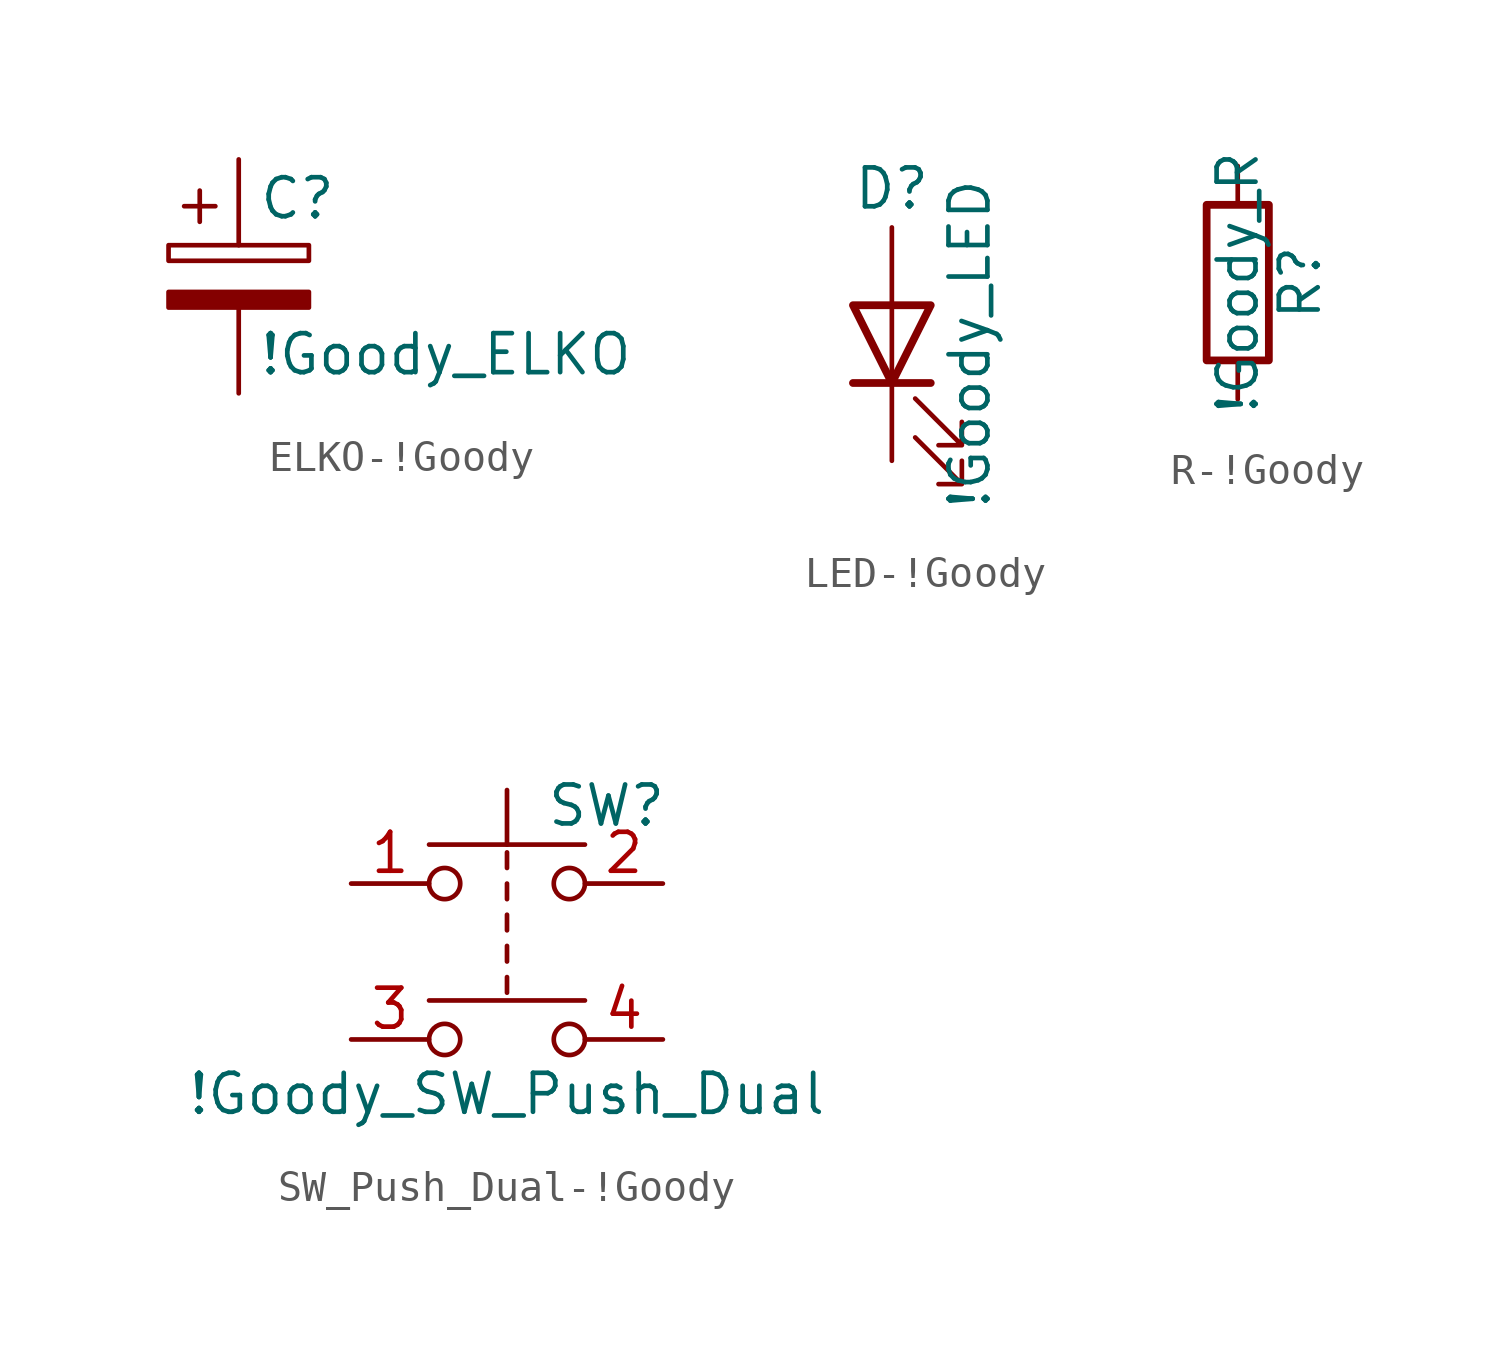
<source format=kicad_sym>
(kicad_symbol_lib
  (version 20220914)
  (generator kicad_symbol_editor)
  (symbol "ELKO-!Goody"
    (pin_numbers hide)
    (pin_names
      (offset 0.254))
    (property "Reference" "C"
      (at 0.635 2.54 0)
      (effects (font (size 1.27 1.27)) (justify left)))
    (property "Value" "!Goody_ELKO"
      (at 0.635 -2.54 0)
      (effects (font (size 1.27 1.27)) (justify left)))
    (symbol "ELKO-!Goody_0_1"
      (rectangle (start -2.286 0.508) (end 2.286 1.016) (stroke (width 0) (type solid)) (fill (type none)))
      (polyline (pts (xy -1.778 2.286) (xy -0.762 2.286)) (stroke (width 0) (type solid)) (fill (type none)))
      (polyline (pts (xy -1.27 2.794) (xy -1.27 1.778)) (stroke (width 0) (type solid)) (fill (type none)))
      (rectangle (start 2.286 -0.508) (end -2.286 -1.016) (stroke (width 0) (type solid)) (fill (type outline))))
    (symbol "ELKO-!Goody_1_1"
      (pin passive line (at 0 3.81 270) (length 2.794) (name "~" (effects (font (size 1.27 1.27)))) (number "1" (effects (font (size 1.27 1.27)))))
      (pin passive line (at 0 -3.81 90) (length 2.794) (name "~" (effects (font (size 1.27 1.27)))) (number "2" (effects (font (size 1.27 1.27)))))))
  (symbol "LED-!Goody"
    (pin_numbers hide)
    (pin_names
      (offset 1.016) hide)
    (property "Reference" "D"
      (at 0 2.54 0)
      (effects (font (size 1.27 1.27))))
    (property "Value" "!Goody_LED"
      (at 2.54 -2.54 90)
      (effects (font (size 1.27 1.27))))
    (symbol "LED-!Goody_0_1"
      (polyline (pts (xy 0 -3.81) (xy 0 -1.27)) (stroke (width 0) (type solid)) (fill (type none)))
      (polyline (pts (xy 1.27 -3.81) (xy -1.27 -3.81)) (stroke (width 0.254) (type solid)) (fill (type none)))
      (polyline (pts (xy 1.27 -1.27) (xy -1.27 -1.27) (xy 0 -3.81) (xy 1.27 -1.27)) (stroke (width 0.254) (type solid)) (fill (type none)))
      (polyline (pts (xy 0.762 -5.588) (xy 2.286 -7.112) (xy 2.286 -6.35) (xy 2.286 -7.112) (xy 1.524 -7.112)) (stroke (width 0) (type solid)) (fill (type none)))
      (polyline (pts (xy 0.762 -4.318) (xy 2.286 -5.842) (xy 2.286 -5.08) (xy 2.286 -5.842) (xy 1.524 -5.842)) (stroke (width 0) (type solid)) (fill (type none))))
    (symbol "LED-!Goody_1_1"
      (pin passive line (at 0 -6.35 90) (length 2.54) (name "K" (effects (font (size 1.27 1.27)))) (number "1" (effects (font (size 1.27 1.27)))))
      (pin passive line (at 0 1.27 270) (length 2.54) (name "A" (effects (font (size 1.27 1.27)))) (number "2" (effects (font (size 1.27 1.27)))))))
  (symbol "R-!Goody"
    (pin_numbers hide)
    (pin_names
      (offset 0))
    (property "Reference" "R"
      (at 2.032 0 90)
      (effects (font (size 1.27 1.27))))
    (property "Value" "!Goody_R"
      (at 0 0 90)
      (effects (font (size 1.27 1.27))))
    (symbol "R-!Goody_0_1"
      (rectangle (start -1.016 -2.54) (end 1.016 2.54) (stroke (width 0.254) (type solid)) (fill (type none))))
    (symbol "R-!Goody_1_1"
      (pin passive line (at 0 3.81 270) (length 1.27) (name "~" (effects (font (size 1.27 1.27)))) (number "1" (effects (font (size 1.27 1.27)))))
      (pin passive line (at 0 -3.81 90) (length 1.27) (name "~" (effects (font (size 1.27 1.27)))) (number "2" (effects (font (size 1.27 1.27)))))))
  (symbol "SW_Push_Dual-!Goody"
    (pin_names
      (offset 1.016) hide)
    (property "Reference" "SW"
      (at 1.27 2.54 0)
      (effects (font (size 1.27 1.27)) (justify left)))
    (property "Value" "!Goody_SW_Push_Dual"
      (at 0 -6.858 0)
      (effects (font (size 1.27 1.27))))
    (symbol "SW_Push_Dual-!Goody_0_1"
      (circle (center -2.032 -5.08) (radius 0.508) (stroke (width 0) (type solid)) (fill (type none)))
      (circle (center -2.032 0) (radius 0.508) (stroke (width 0) (type solid)) (fill (type none)))
      (polyline (pts (xy 0 -3.048) (xy 0 -3.556)) (stroke (width 0) (type solid)) (fill (type none)))
      (polyline (pts (xy 0 -2.032) (xy 0 -2.54)) (stroke (width 0) (type solid)) (fill (type none)))
      (polyline (pts (xy 0 -1.524) (xy 0 -1.016)) (stroke (width 0) (type solid)) (fill (type none)))
      (polyline (pts (xy 0 -0.508) (xy 0 0)) (stroke (width 0) (type solid)) (fill (type none)))
      (polyline (pts (xy 0 0.508) (xy 0 1.016)) (stroke (width 0) (type solid)) (fill (type none)))
      (polyline (pts (xy 0 1.27) (xy 0 3.048)) (stroke (width 0) (type solid)) (fill (type none)))
      (polyline (pts (xy 2.54 -3.81) (xy -2.54 -3.81)) (stroke (width 0) (type solid)) (fill (type none)))
      (polyline (pts (xy 2.54 1.27) (xy -2.54 1.27)) (stroke (width 0) (type solid)) (fill (type none)))
      (circle (center 2.032 -5.08) (radius 0.508) (stroke (width 0) (type solid)) (fill (type none)))
      (circle (center 2.032 0) (radius 0.508) (stroke (width 0) (type solid)) (fill (type none)))
      (pin passive line (at -5.08 0 0) (length 2.54) (name "1" (effects (font (size 1.27 1.27)))) (number "1" (effects (font (size 1.27 1.27)))))
      (pin passive line (at 5.08 0 180) (length 2.54) (name "2" (effects (font (size 1.27 1.27)))) (number "2" (effects (font (size 1.27 1.27)))))
      (pin passive line (at -5.08 -5.08 0) (length 2.54) (name "3" (effects (font (size 1.27 1.27)))) (number "3" (effects (font (size 1.27 1.27)))))
      (pin passive line (at 5.08 -5.08 180) (length 2.54) (name "4" (effects (font (size 1.27 1.27)))) (number "4" (effects (font (size 1.27 1.27))))))))
</source>
